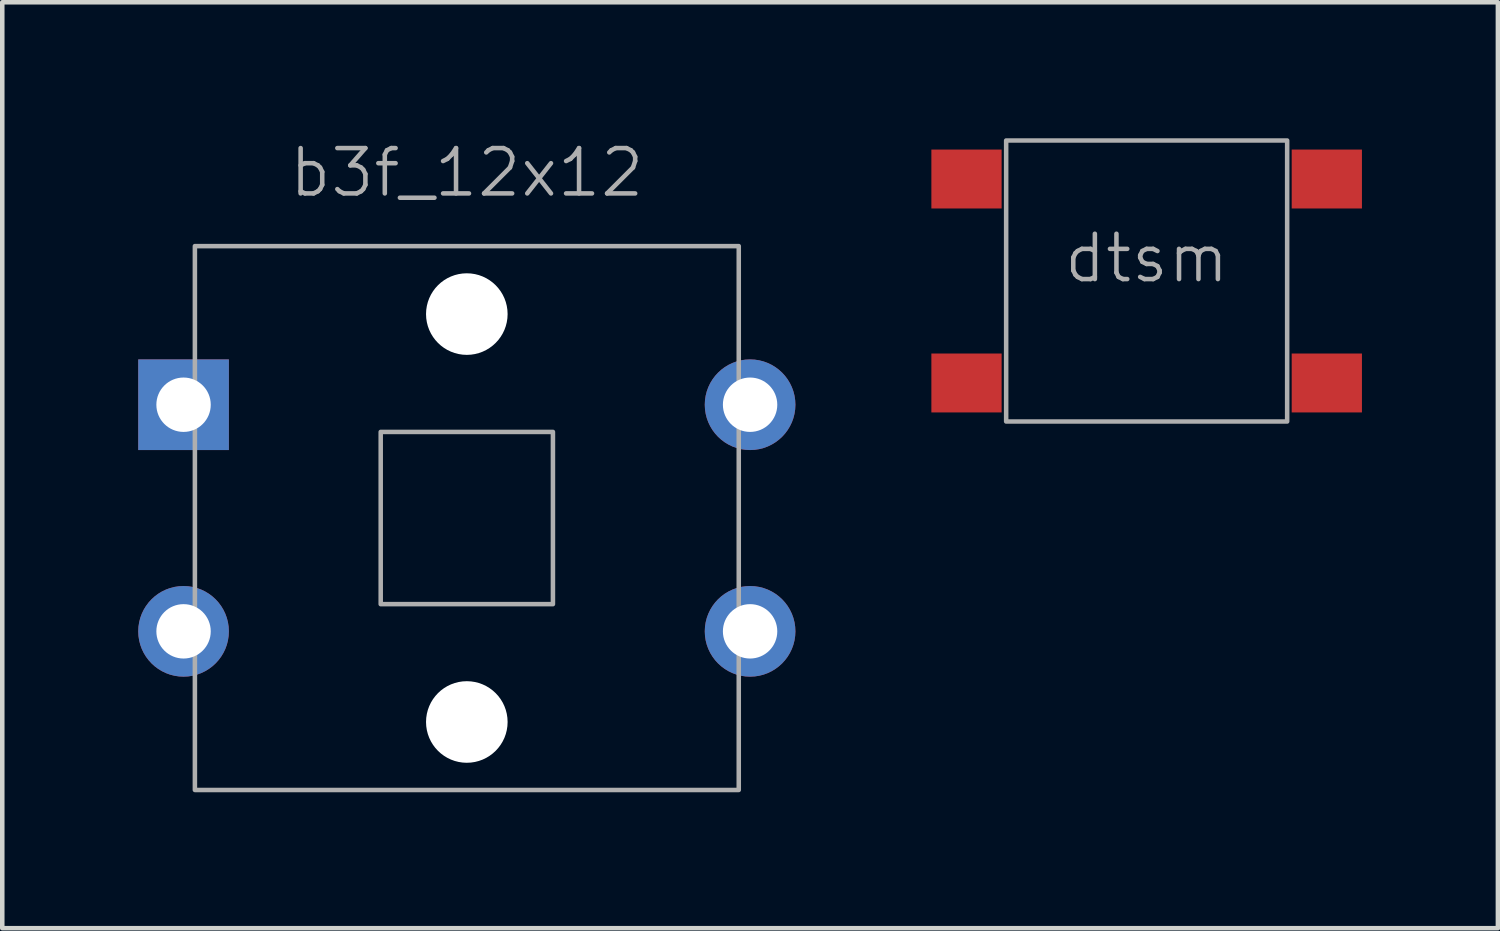
<source format=kicad_pcb>
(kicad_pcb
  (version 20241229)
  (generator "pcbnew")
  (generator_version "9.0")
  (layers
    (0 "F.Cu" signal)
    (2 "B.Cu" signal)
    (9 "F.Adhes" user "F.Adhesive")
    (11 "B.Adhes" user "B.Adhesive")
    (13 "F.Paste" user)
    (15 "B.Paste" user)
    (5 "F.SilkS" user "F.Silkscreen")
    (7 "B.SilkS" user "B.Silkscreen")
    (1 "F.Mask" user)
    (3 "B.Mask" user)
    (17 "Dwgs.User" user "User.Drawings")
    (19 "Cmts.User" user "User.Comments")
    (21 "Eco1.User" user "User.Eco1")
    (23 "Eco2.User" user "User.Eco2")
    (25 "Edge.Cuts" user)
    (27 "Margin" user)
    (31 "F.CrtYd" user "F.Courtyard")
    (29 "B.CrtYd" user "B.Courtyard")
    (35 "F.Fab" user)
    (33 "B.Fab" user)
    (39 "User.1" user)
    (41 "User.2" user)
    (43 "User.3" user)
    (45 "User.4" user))
  (footprint "b3f_12x12"
    (layer "F.Cu")
    (at 7.25 8.38)
    (property "Reference" "b3f_12x12" (at 0 -7.62 0) (unlocked yes) (layer "F.Fab") (effects (font (size 1 1) (thickness 0.1))))
    (attr through_hole)
    (fp_rect (start -6 -6) (end 6 6) (stroke (width 0.1) (type default)) (fill no) (layer "F.Fab"))
    (fp_rect (start -1.9 -1.9) (end 1.9 1.9) (stroke (width 0.1) (type default)) (fill no) (layer "F.Fab"))
    (pad "" np_thru_hole circle (at 0 -4.5) (size 1.8 1.8) (drill 1.8) (layers "*.Cu" "*.Mask"))
    (pad "" np_thru_hole circle (at 0 4.5) (size 1.8 1.8) (drill 1.8) (layers "*.Cu" "*.Mask"))
    (pad "1" thru_hole rect (at -6.25 -2.5) (size 2 2) (drill 1.2) (layers "*.Cu" "*.Mask"))
    (pad "2" thru_hole circle (at -6.25 2.5) (size 2 2) (drill 1.2) (layers "*.Cu" "*.Mask"))
    (pad "3" thru_hole circle (at 6.25 2.5) (size 2 2) (drill 1.2) (layers "*.Cu" "*.Mask"))
    (pad "4" thru_hole circle (at 6.25 -2.5) (size 2 2) (drill 1.2) (layers "*.Cu" "*.Mask")))
  (footprint "dtsm"
    (layer "F.Cu")
    (at 22.25 3.15)
    (property "Reference" "dtsm" (at 0 -0.5 0) (unlocked yes) (layer "F.Fab") (effects (font (size 1 1) (thickness 0.1))))
    (attr smd)
    (fp_rect (start -3.1 3.1) (end 3.1 -3.1) (stroke (width 0.1) (type default)) (fill no) (layer "F.Fab"))
    (pad "1" smd rect (at -3.975 -2.25) (size 1.55 1.3) (layers "F.Cu" "F.Mask" "F.Paste"))
    (pad "2" smd rect (at -3.975 2.25) (size 1.55 1.3) (layers "F.Cu" "F.Mask" "F.Paste"))
    (pad "3" smd rect (at 3.975 2.25) (size 1.55 1.3) (layers "F.Cu" "F.Mask" "F.Paste"))
    (pad "4" smd rect (at 3.975 -2.25) (size 1.55 1.3) (layers "F.Cu" "F.Mask" "F.Paste")))
  (gr_rect
    (start -3 -3)
    (end 30 17.43)
    (stroke (width 0.1) (type default))
    (fill no)
    (layer "Edge.Cuts")))
</source>
